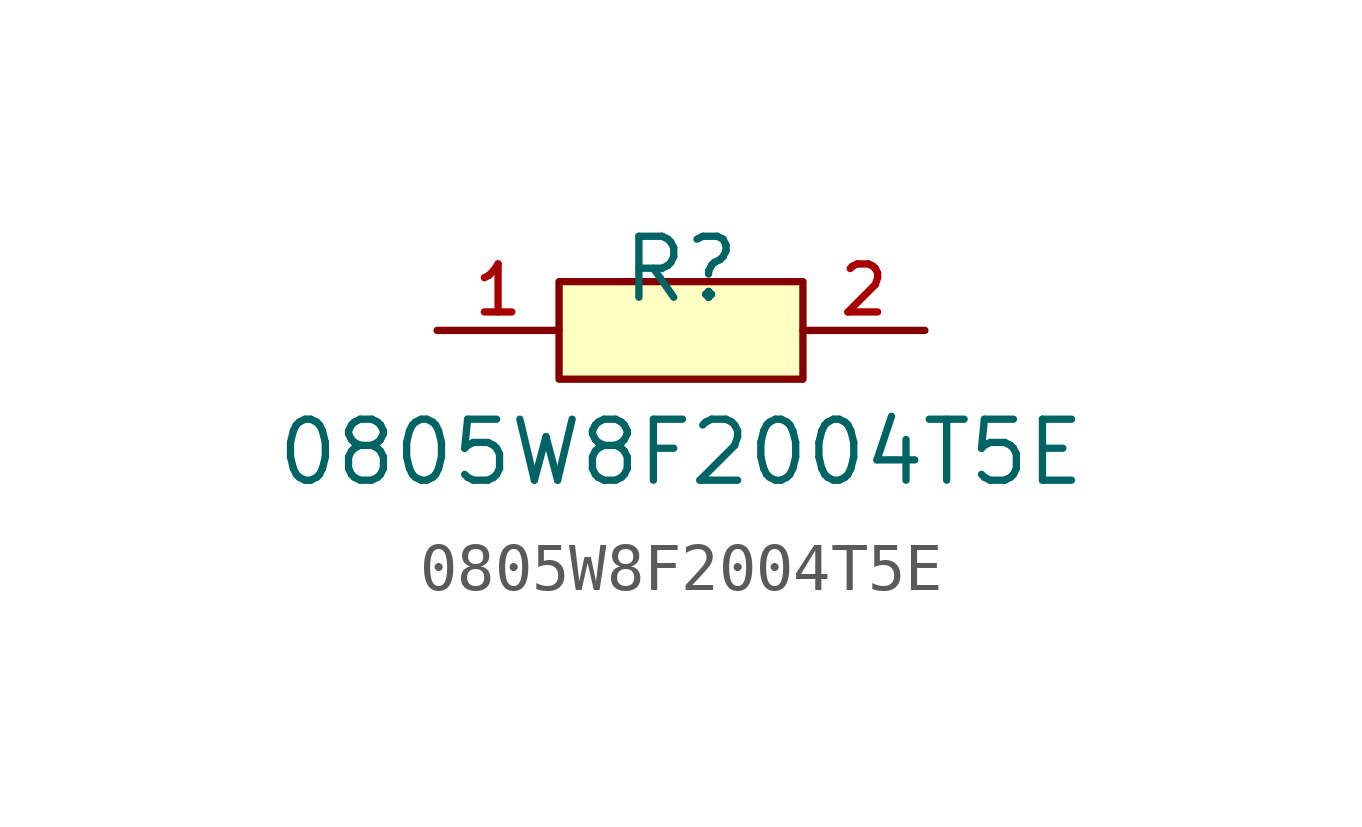
<source format=kicad_sym>
(kicad_symbol_lib
  (version 20210201)
  (generator TousstNicolas/JLC2KiCad_lib)
  (symbol "0805W8F2004T5E"
    (pin_names hide)
    (property "Reference" "R"
      (at 0 1.27 0)
      (effects (font (size 1.27 1.27))))
    (property "Value" "0805W8F2004T5E"
      (at 0 -2.54 0)
      (effects (font (size 1.27 1.27))))
    (symbol "0805W8F2004T5E_0_1"
      (pin input line (at 5.08 -0.0 180) (length 2.54) (name "2" (effects (font (size 1 1)))) (number "2" (effects (font (size 1 1)))))
      (pin input line (at -5.08 -0.0 0) (length 2.54) (name "1" (effects (font (size 1 1)))) (number "1" (effects (font (size 1 1)))))
      (rectangle (start -2.54 1.016) (end 2.54 -1.016) (stroke (width 0) (type default) (color 0 0 0 0)) (fill (type background))))))
</source>
